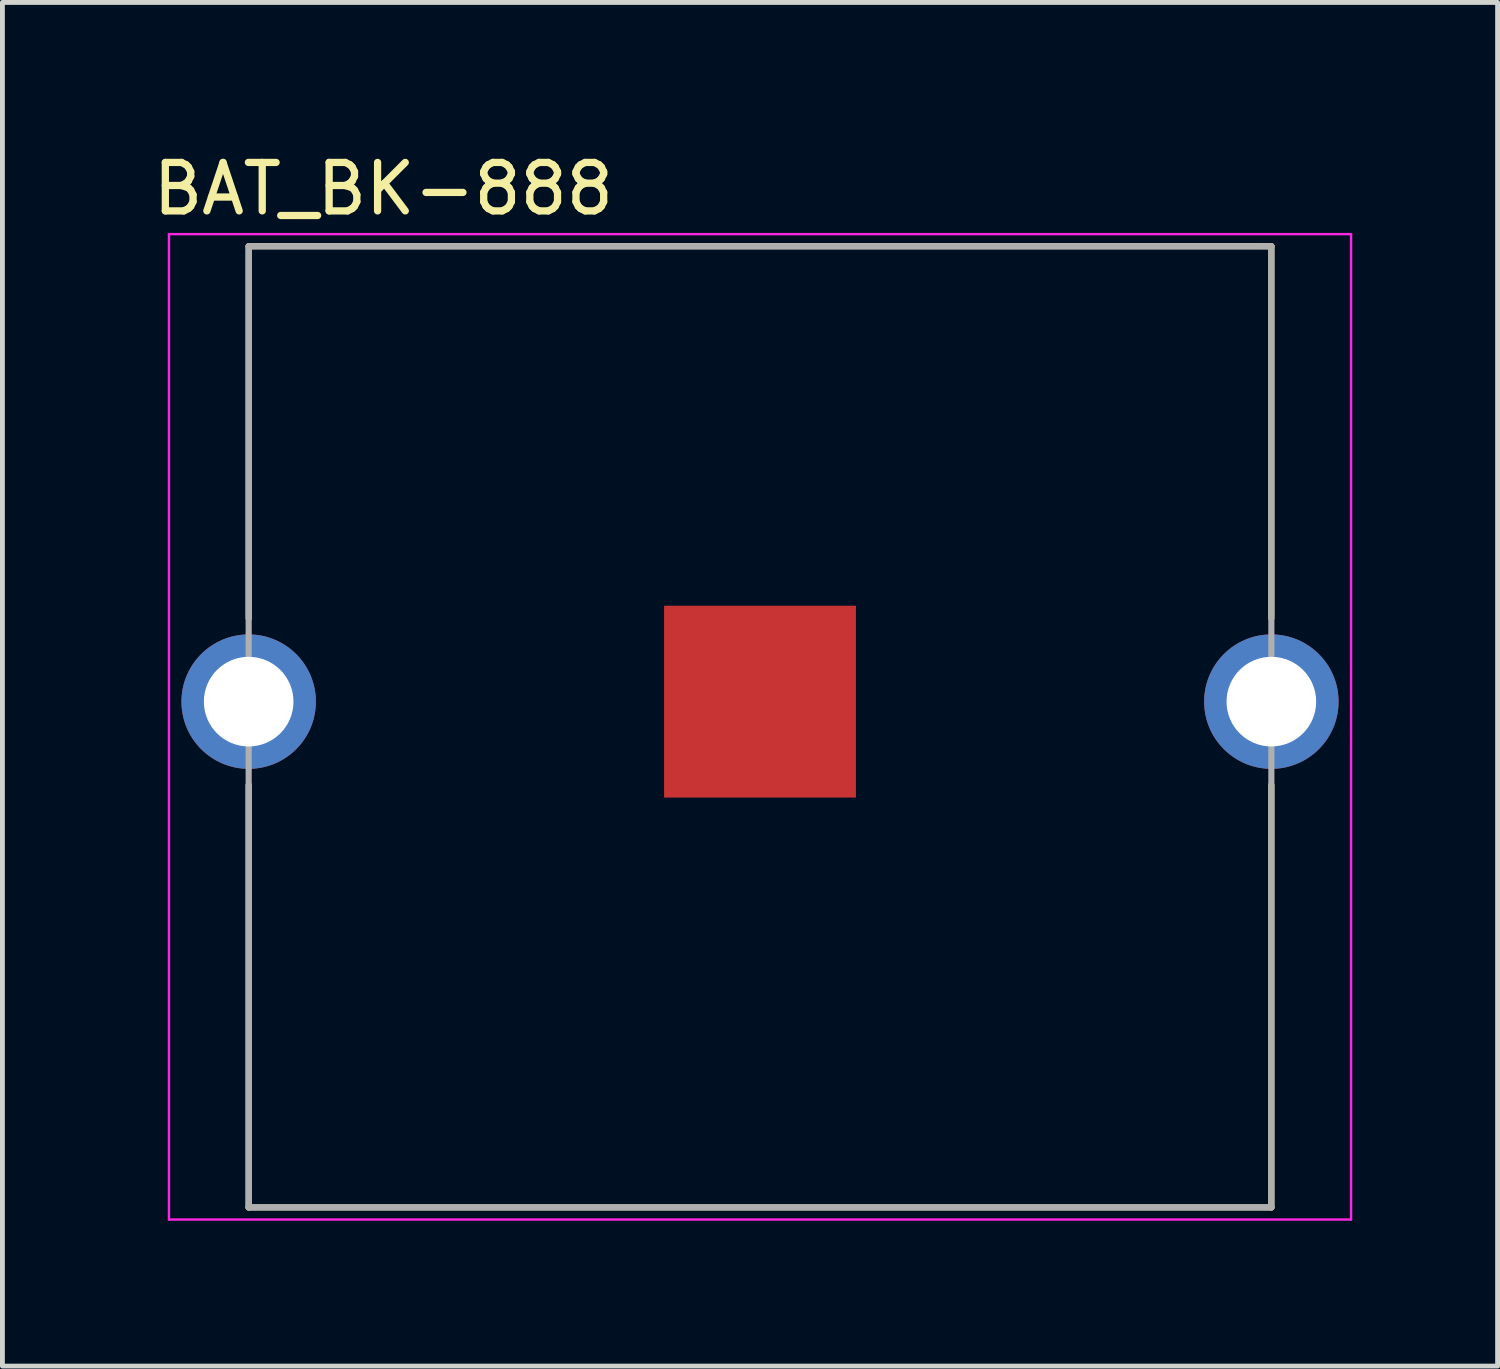
<source format=kicad_pcb>
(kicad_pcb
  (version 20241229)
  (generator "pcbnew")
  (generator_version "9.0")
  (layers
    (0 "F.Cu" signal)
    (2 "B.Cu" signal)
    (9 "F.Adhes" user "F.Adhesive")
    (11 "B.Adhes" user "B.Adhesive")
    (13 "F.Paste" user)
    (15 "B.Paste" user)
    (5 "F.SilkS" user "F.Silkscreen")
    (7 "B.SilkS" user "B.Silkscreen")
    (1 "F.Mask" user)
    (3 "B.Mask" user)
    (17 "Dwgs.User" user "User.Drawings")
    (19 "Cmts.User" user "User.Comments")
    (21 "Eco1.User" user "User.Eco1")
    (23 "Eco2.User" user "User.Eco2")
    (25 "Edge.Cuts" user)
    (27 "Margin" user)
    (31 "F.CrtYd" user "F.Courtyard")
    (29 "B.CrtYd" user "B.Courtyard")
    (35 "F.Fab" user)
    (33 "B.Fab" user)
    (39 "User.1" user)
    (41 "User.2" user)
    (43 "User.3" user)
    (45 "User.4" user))
  (footprint "BAT_BK-888"
    (layer "F.Cu")
    (at 12.638 11.433)
    (property "Reference" "BAT_BK-888" (at -7.775 -10.585 0) (layer "F.SilkS") (effects (font (size 1 1) (thickness 0.15))))
    (attr through_hole)
    (fp_line (start -10.555 -9.4) (end 10.555 -9.4) (stroke (width 0.127) (type solid)) (layer "F.SilkS"))
    (fp_line (start -10.555 -1.72) (end -10.555 -9.4) (stroke (width 0.127) (type solid)) (layer "F.SilkS"))
    (fp_line (start -10.555 1.72) (end -10.555 10.44) (stroke (width 0.127) (type solid)) (layer "F.SilkS"))
    (fp_line (start -10.555 10.44) (end 10.555 10.44) (stroke (width 0.127) (type solid)) (layer "F.SilkS"))
    (fp_line (start 10.555 -9.4) (end 10.555 -1.72) (stroke (width 0.127) (type solid)) (layer "F.SilkS"))
    (fp_line (start 10.555 10.44) (end 10.555 1.72) (stroke (width 0.127) (type solid)) (layer "F.SilkS"))
    (fp_line (start -12.2 -9.65) (end -12.2 10.69) (stroke (width 0.05) (type solid)) (layer "F.CrtYd"))
    (fp_line (start -12.2 10.69) (end 12.2 10.69) (stroke (width 0.05) (type solid)) (layer "F.CrtYd"))
    (fp_line (start 12.2 -9.65) (end -12.2 -9.65) (stroke (width 0.05) (type solid)) (layer "F.CrtYd"))
    (fp_line (start 12.2 10.69) (end 12.2 -9.65) (stroke (width 0.05) (type solid)) (layer "F.CrtYd"))
    (fp_line (start -10.555 -9.4) (end 10.555 -9.4) (stroke (width 0.127) (type solid)) (layer "F.Fab"))
    (fp_line (start -10.555 10.44) (end -10.555 -9.4) (stroke (width 0.127) (type solid)) (layer "F.Fab"))
    (fp_line (start 10.555 -9.4) (end 10.555 10.44) (stroke (width 0.127) (type solid)) (layer "F.Fab"))
    (fp_line (start 10.555 10.44) (end -10.555 10.44) (stroke (width 0.127) (type solid)) (layer "F.Fab"))
    (pad "1" smd rect (at 0 0) (size 3.96 3.96) (layers "F.Cu" "F.Mask" "F.Paste"))
    (pad "S1" thru_hole circle (at -10.555 0) (size 2.775 2.775) (drill 1.85) (layers "*.Cu" "*.Mask"))
    (pad "S2" thru_hole circle (at 10.555 0) (size 2.775 2.775) (drill 1.85) (layers "*.Cu" "*.Mask")))
  (gr_rect
    (start -3 -3)
    (end 27.863 25.148)
    (stroke (width 0.1) (type default))
    (fill no)
    (layer "Edge.Cuts")))
</source>
